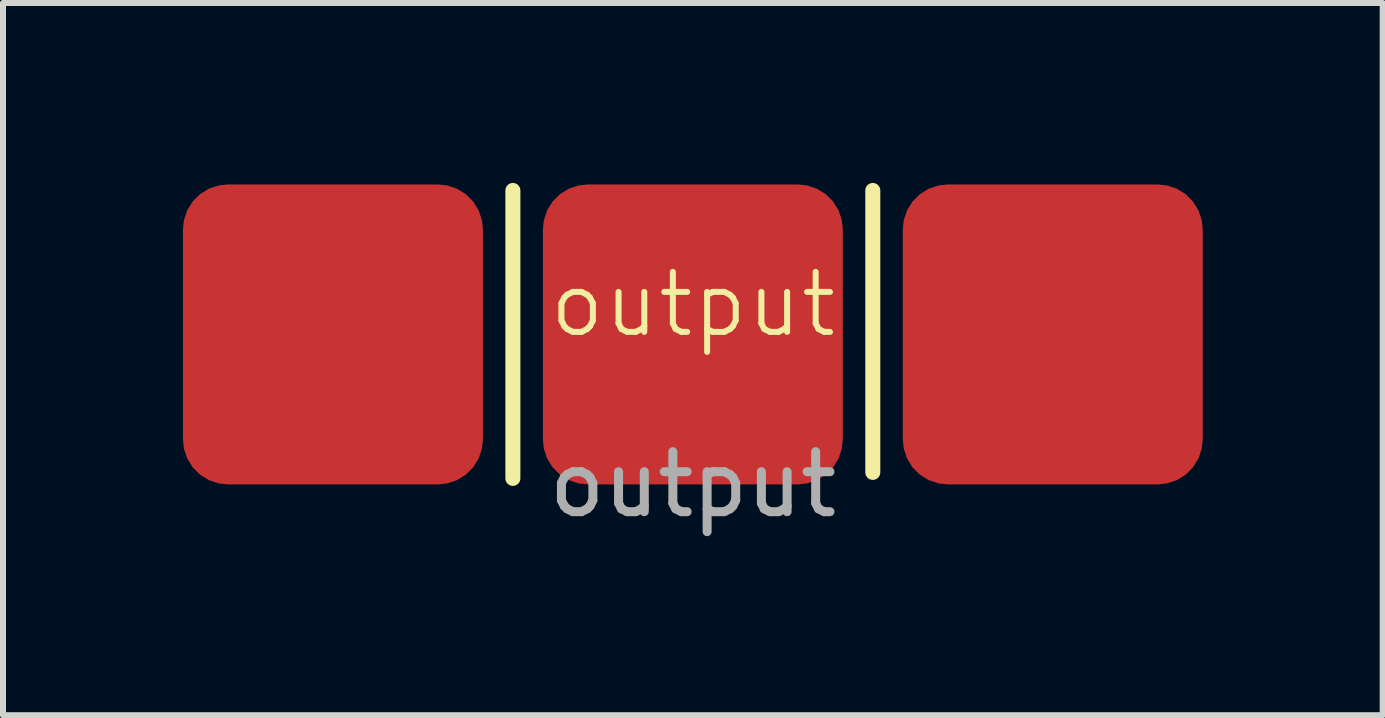
<source format=kicad_pcb>
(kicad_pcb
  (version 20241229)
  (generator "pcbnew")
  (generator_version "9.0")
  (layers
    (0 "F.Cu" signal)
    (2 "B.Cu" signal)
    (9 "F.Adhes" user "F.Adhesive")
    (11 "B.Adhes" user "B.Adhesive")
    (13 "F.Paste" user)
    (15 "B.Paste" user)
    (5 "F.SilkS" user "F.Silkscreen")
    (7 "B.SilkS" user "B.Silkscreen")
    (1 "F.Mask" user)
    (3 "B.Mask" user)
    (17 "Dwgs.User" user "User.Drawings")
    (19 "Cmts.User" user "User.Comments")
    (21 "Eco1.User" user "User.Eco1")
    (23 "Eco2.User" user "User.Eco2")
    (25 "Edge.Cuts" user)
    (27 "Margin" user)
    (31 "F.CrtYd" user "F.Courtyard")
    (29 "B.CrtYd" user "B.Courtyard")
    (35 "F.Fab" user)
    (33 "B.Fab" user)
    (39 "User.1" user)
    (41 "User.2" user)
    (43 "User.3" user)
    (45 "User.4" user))
  (footprint "output"
    (layer "F.Cu")
    (at 8.5 2.525)
    (property "Reference" "output" (at 0 -0.5 0) (unlocked yes) (layer "F.SilkS") (effects (font (size 1 1) (thickness 0.1))))
    (attr smd)
    (fp_line (start -3 -2.4) (end -3 2.4) (stroke (width 0.25) (type default)) (layer "F.SilkS"))
    (fp_line (start 3 -2.4) (end 3 2.3) (stroke (width 0.25) (type default)) (layer "F.SilkS"))
    (fp_text user "${REFERENCE}" (at 0 2.5 0) (unlocked yes) (layer "F.Fab") (effects (font (size 1 1) (thickness 0.15))))
    (pad "1" smd roundrect (at 6 0) (size 5 5) (layers "F.Cu" "F.Mask") (roundrect_rratio 0.15))
    (pad "2" smd roundrect (at 0 0) (size 5 5) (layers "F.Cu" "F.Mask") (roundrect_rratio 0.15))
    (pad "3" smd roundrect (at -6 0) (size 5 5) (layers "F.Cu" "F.Mask") (roundrect_rratio 0.15)))
  (gr_rect
    (start -3 -3)
    (end 20 8.873)
    (stroke (width 0.1) (type default))
    (fill no)
    (layer "Edge.Cuts")))
</source>
